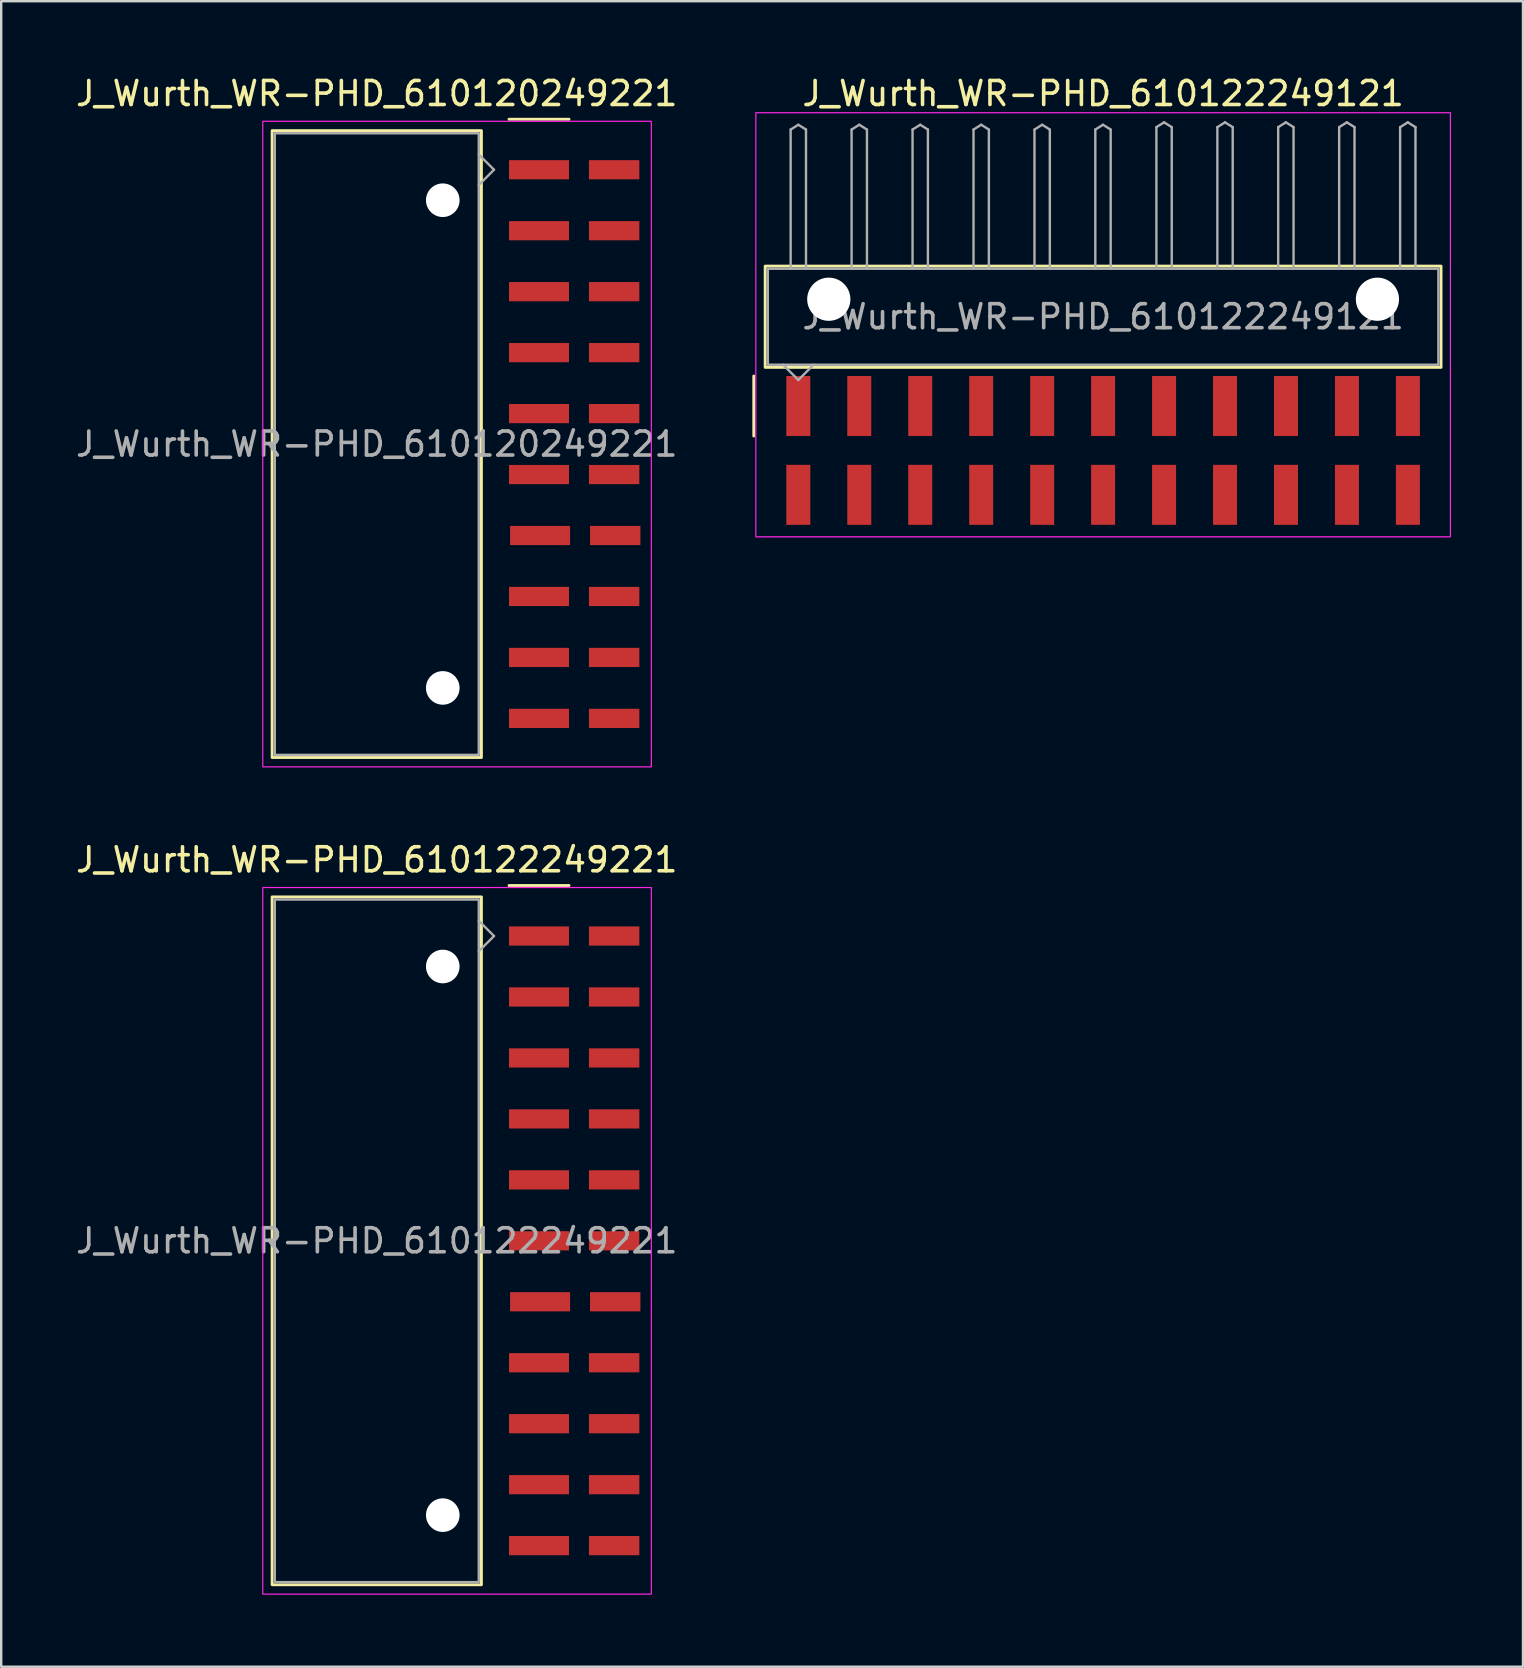
<source format=kicad_pcb>
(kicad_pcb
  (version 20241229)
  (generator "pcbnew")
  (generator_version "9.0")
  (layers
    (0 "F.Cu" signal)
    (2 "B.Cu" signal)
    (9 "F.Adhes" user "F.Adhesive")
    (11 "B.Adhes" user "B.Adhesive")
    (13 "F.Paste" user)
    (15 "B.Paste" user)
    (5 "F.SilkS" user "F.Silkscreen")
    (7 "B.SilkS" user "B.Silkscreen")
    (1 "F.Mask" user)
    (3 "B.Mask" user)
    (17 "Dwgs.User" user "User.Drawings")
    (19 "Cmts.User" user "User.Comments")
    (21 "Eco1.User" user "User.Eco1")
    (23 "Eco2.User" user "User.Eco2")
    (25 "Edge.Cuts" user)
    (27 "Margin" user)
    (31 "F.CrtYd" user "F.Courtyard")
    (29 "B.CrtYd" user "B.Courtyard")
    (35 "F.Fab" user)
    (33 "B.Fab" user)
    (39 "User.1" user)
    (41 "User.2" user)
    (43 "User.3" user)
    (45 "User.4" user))
  (footprint "J_Wurth_WR-PHD_610120249221"
    (layer "F.Cu")
    (at 12.649 15.453)
    (property "Reference" "J_Wurth_WR-PHD_610120249221" (at 0 -14.605 0) (unlocked yes) (layer "F.SilkS") (effects (font (size 1 1) (thickness 0.15))))
    (attr smd)
    (fp_line (start 8.01 -13.535) (end 5.51 -13.535) (stroke (width 0.12) (type solid)) (layer "F.SilkS"))
    (fp_rect (start -4.36 -13.06) (end 4.36 13.06) (stroke (width 0.12) (type solid)) (fill no) (layer "F.SilkS"))
    (fp_rect (start -4.75 -13.45) (end 11.44 13.45) (stroke (width 0.05) (type solid)) (fill no) (layer "F.CrtYd"))
    (fp_line (start 4.25 -12.065) (end 4.885 -11.43) (stroke (width 0.1) (type default)) (layer "F.Fab"))
    (fp_line (start 4.885 -11.43) (end 4.25 -10.795) (stroke (width 0.1) (type default)) (layer "F.Fab"))
    (fp_rect (start -4.25 -12.95) (end 4.25 12.95) (stroke (width 0.1) (type solid)) (fill no) (layer "F.Fab"))
    (fp_text user "${REFERENCE}" (at 0 0 0) (unlocked yes) (layer "F.Fab") (effects (font (size 1 1) (thickness 0.15))))
    (pad "" np_thru_hole circle (at 2.75 -10.16 270) (size 1.4 1.4) (drill 1.4) (layers "*.Cu" "*.Mask"))
    (pad "" np_thru_hole circle (at 2.75 10.16 270) (size 1.4 1.4) (drill 1.4) (layers "*.Cu" "*.Mask"))
    (pad "1" smd rect (at 6.76 -11.43 270) (size 0.8 2.5) (layers "F.Cu" "F.Mask" "F.Paste"))
    (pad "2" smd rect (at 9.89 -11.43 270) (size 0.8 2.1) (layers "F.Cu" "F.Mask" "F.Paste"))
    (pad "3" smd rect (at 6.76 -8.89 270) (size 0.8 2.5) (layers "F.Cu" "F.Mask" "F.Paste"))
    (pad "4" smd rect (at 9.89 -8.89 270) (size 0.8 2.1) (layers "F.Cu" "F.Mask" "F.Paste"))
    (pad "5" smd rect (at 6.76 -6.35 270) (size 0.8 2.5) (layers "F.Cu" "F.Mask" "F.Paste"))
    (pad "6" smd rect (at 9.89 -6.35 270) (size 0.8 2.1) (layers "F.Cu" "F.Mask" "F.Paste"))
    (pad "7" smd rect (at 6.76 -3.81 270) (size 0.8 2.5) (layers "F.Cu" "F.Mask" "F.Paste"))
    (pad "8" smd rect (at 9.89 -3.81 270) (size 0.8 2.1) (layers "F.Cu" "F.Mask" "F.Paste"))
    (pad "9" smd rect (at 6.76 -1.27 270) (size 0.8 2.5) (layers "F.Cu" "F.Mask" "F.Paste"))
    (pad "10" smd rect (at 9.89 -1.27 270) (size 0.8 2.1) (layers "F.Cu" "F.Mask" "F.Paste"))
    (pad "11" smd rect (at 6.76 1.27 270) (size 0.8 2.5) (layers "F.Cu" "F.Mask" "F.Paste"))
    (pad "12" smd rect (at 9.89 1.27 270) (size 0.8 2.1) (layers "F.Cu" "F.Mask" "F.Paste"))
    (pad "13" smd rect (at 6.805 3.81 270) (size 0.8 2.5) (layers "F.Cu" "F.Mask" "F.Paste"))
    (pad "14" smd rect (at 9.935 3.81 270) (size 0.8 2.1) (layers "F.Cu" "F.Mask" "F.Paste"))
    (pad "15" smd rect (at 6.76 6.35 270) (size 0.8 2.5) (layers "F.Cu" "F.Mask" "F.Paste"))
    (pad "16" smd rect (at 9.89 6.35 270) (size 0.8 2.1) (layers "F.Cu" "F.Mask" "F.Paste"))
    (pad "17" smd rect (at 6.76 8.89 270) (size 0.8 2.5) (layers "F.Cu" "F.Mask" "F.Paste"))
    (pad "18" smd rect (at 9.89 8.89 270) (size 0.8 2.1) (layers "F.Cu" "F.Mask" "F.Paste"))
    (pad "19" smd rect (at 6.76 11.43 270) (size 0.8 2.5) (layers "F.Cu" "F.Mask" "F.Paste"))
    (pad "20" smd rect (at 9.89 11.43 270) (size 0.8 2.1) (layers "F.Cu" "F.Mask" "F.Paste")))
  (footprint "J_Wurth_WR-PHD_610122249121"
    (layer "F.Cu")
    (at 42.913 10.148)
    (property "Reference" "J_Wurth_WR-PHD_610122249121" (at 0 -9.3 0) (unlocked yes) (layer "F.SilkS") (effects (font (size 1 1) (thickness 0.15))))
    (attr smd)
    (fp_line (start -14.555 2.47) (end -14.555 4.97) (stroke (width 0.12) (type solid)) (layer "F.SilkS"))
    (fp_rect (start -14.08 -2.11) (end 14.08 2.11) (stroke (width 0.12) (type solid)) (fill no) (layer "F.SilkS"))
    (fp_rect (start -14.47 -8.5) (end 14.47 9.17) (stroke (width 0.05) (type solid)) (fill no) (layer "F.CrtYd"))
    (fp_line (start -13.02 -7.8) (end -13.02 -2) (stroke (width 0.1) (type solid)) (layer "F.Fab"))
    (fp_line (start -12.7 -8) (end -13.02 -7.8) (stroke (width 0.1) (type solid)) (layer "F.Fab"))
    (fp_line (start -12.7 2.635) (end -13.335 2) (stroke (width 0.1) (type default)) (layer "F.Fab"))
    (fp_line (start -12.38 -7.8) (end -12.7 -8) (stroke (width 0.1) (type solid)) (layer "F.Fab"))
    (fp_line (start -12.38 -2) (end -12.38 -7.8) (stroke (width 0.1) (type solid)) (layer "F.Fab"))
    (fp_line (start -12.065 2) (end -12.7 2.635) (stroke (width 0.1) (type default)) (layer "F.Fab"))
    (fp_line (start -10.48 -7.8) (end -10.48 -2) (stroke (width 0.1) (type solid)) (layer "F.Fab"))
    (fp_line (start -10.16 -8) (end -10.48 -7.8) (stroke (width 0.1) (type solid)) (layer "F.Fab"))
    (fp_line (start -9.84 -7.8) (end -10.16 -8) (stroke (width 0.1) (type solid)) (layer "F.Fab"))
    (fp_line (start -9.84 -2) (end -9.84 -7.8) (stroke (width 0.1) (type solid)) (layer "F.Fab"))
    (fp_line (start -7.94 -7.8) (end -7.94 -2) (stroke (width 0.1) (type solid)) (layer "F.Fab"))
    (fp_line (start -7.62 -8) (end -7.94 -7.8) (stroke (width 0.1) (type solid)) (layer "F.Fab"))
    (fp_line (start -7.3 -7.8) (end -7.62 -8) (stroke (width 0.1) (type solid)) (layer "F.Fab"))
    (fp_line (start -7.3 -2) (end -7.3 -7.8) (stroke (width 0.1) (type solid)) (layer "F.Fab"))
    (fp_line (start -5.4 -7.8) (end -5.4 -2) (stroke (width 0.1) (type solid)) (layer "F.Fab"))
    (fp_line (start -5.08 -8) (end -5.4 -7.8) (stroke (width 0.1) (type solid)) (layer "F.Fab"))
    (fp_line (start -4.76 -7.8) (end -5.08 -8) (stroke (width 0.1) (type solid)) (layer "F.Fab"))
    (fp_line (start -4.76 -2) (end -4.76 -7.8) (stroke (width 0.1) (type solid)) (layer "F.Fab"))
    (fp_line (start -2.86 -7.8) (end -2.86 -2) (stroke (width 0.1) (type solid)) (layer "F.Fab"))
    (fp_line (start -2.54 -8) (end -2.86 -7.8) (stroke (width 0.1) (type solid)) (layer "F.Fab"))
    (fp_line (start -2.22 -7.8) (end -2.54 -8) (stroke (width 0.1) (type solid)) (layer "F.Fab"))
    (fp_line (start -2.22 -2) (end -2.22 -7.8) (stroke (width 0.1) (type solid)) (layer "F.Fab"))
    (fp_line (start -0.325 -7.8) (end -0.325 -2) (stroke (width 0.1) (type solid)) (layer "F.Fab"))
    (fp_line (start -0.005 -8) (end -0.325 -7.8) (stroke (width 0.1) (type solid)) (layer "F.Fab"))
    (fp_line (start 0.315 -7.8) (end -0.005 -8) (stroke (width 0.1) (type solid)) (layer "F.Fab"))
    (fp_line (start 0.315 -2) (end 0.315 -7.8) (stroke (width 0.1) (type solid)) (layer "F.Fab"))
    (fp_line (start 2.22 -7.9) (end 2.22 -2.1) (stroke (width 0.1) (type solid)) (layer "F.Fab"))
    (fp_line (start 2.54 -8.1) (end 2.22 -7.9) (stroke (width 0.1) (type solid)) (layer "F.Fab"))
    (fp_line (start 2.86 -7.9) (end 2.54 -8.1) (stroke (width 0.1) (type solid)) (layer "F.Fab"))
    (fp_line (start 2.86 -2.1) (end 2.86 -7.9) (stroke (width 0.1) (type solid)) (layer "F.Fab"))
    (fp_line (start 4.76 -7.9) (end 4.76 -2.1) (stroke (width 0.1) (type solid)) (layer "F.Fab"))
    (fp_line (start 5.08 -8.1) (end 4.76 -7.9) (stroke (width 0.1) (type solid)) (layer "F.Fab"))
    (fp_line (start 5.4 -7.9) (end 5.08 -8.1) (stroke (width 0.1) (type solid)) (layer "F.Fab"))
    (fp_line (start 5.4 -2.1) (end 5.4 -7.9) (stroke (width 0.1) (type solid)) (layer "F.Fab"))
    (fp_line (start 7.295 -7.9) (end 7.295 -2.1) (stroke (width 0.1) (type solid)) (layer "F.Fab"))
    (fp_line (start 7.615 -8.1) (end 7.295 -7.9) (stroke (width 0.1) (type solid)) (layer "F.Fab"))
    (fp_line (start 7.935 -7.9) (end 7.615 -8.1) (stroke (width 0.1) (type solid)) (layer "F.Fab"))
    (fp_line (start 7.935 -2.1) (end 7.935 -7.9) (stroke (width 0.1) (type solid)) (layer "F.Fab"))
    (fp_line (start 9.835 -7.9) (end 9.835 -2.1) (stroke (width 0.1) (type solid)) (layer "F.Fab"))
    (fp_line (start 10.155 -8.1) (end 9.835 -7.9) (stroke (width 0.1) (type solid)) (layer "F.Fab"))
    (fp_line (start 10.475 -7.9) (end 10.155 -8.1) (stroke (width 0.1) (type solid)) (layer "F.Fab"))
    (fp_line (start 10.475 -2.1) (end 10.475 -7.9) (stroke (width 0.1) (type solid)) (layer "F.Fab"))
    (fp_line (start 12.375 -7.9) (end 12.375 -2.1) (stroke (width 0.1) (type solid)) (layer "F.Fab"))
    (fp_line (start 12.695 -8.1) (end 12.375 -7.9) (stroke (width 0.1) (type solid)) (layer "F.Fab"))
    (fp_line (start 13.015 -7.9) (end 12.695 -8.1) (stroke (width 0.1) (type solid)) (layer "F.Fab"))
    (fp_line (start 13.015 -2.1) (end 13.015 -7.9) (stroke (width 0.1) (type solid)) (layer "F.Fab"))
    (fp_rect (start -13.97 -2) (end 13.97 2) (stroke (width 0.1) (type solid)) (fill no) (layer "F.Fab"))
    (fp_text user "${REFERENCE}" (at 0 0 0) (unlocked yes) (layer "F.Fab") (effects (font (size 1 1) (thickness 0.15))))
    (pad "" np_thru_hole circle (at -11.43 -0.73) (size 1.8 1.8) (drill 1.8) (layers "*.Cu" "*.Mask"))
    (pad "" np_thru_hole circle (at 11.43 -0.73) (size 1.8 1.8) (drill 1.8) (layers "*.Cu" "*.Mask"))
    (pad "1" smd rect (at -12.7 3.72 180) (size 1 2.5) (layers "F.Cu" "F.Mask" "F.Paste"))
    (pad "2" smd rect (at -12.7 7.42 180) (size 1 2.5) (layers "F.Cu" "F.Mask" "F.Paste"))
    (pad "3" smd rect (at -10.16 3.72 180) (size 1 2.5) (layers "F.Cu" "F.Mask" "F.Paste"))
    (pad "4" smd rect (at -10.16 7.42 180) (size 1 2.5) (layers "F.Cu" "F.Mask" "F.Paste"))
    (pad "5" smd rect (at -7.62 3.72 180) (size 1 2.5) (layers "F.Cu" "F.Mask" "F.Paste"))
    (pad "6" smd rect (at -7.62 7.42 180) (size 1 2.5) (layers "F.Cu" "F.Mask" "F.Paste"))
    (pad "7" smd rect (at -5.08 3.72 180) (size 1 2.5) (layers "F.Cu" "F.Mask" "F.Paste"))
    (pad "8" smd rect (at -5.08 7.42 180) (size 1 2.5) (layers "F.Cu" "F.Mask" "F.Paste"))
    (pad "9" smd rect (at -2.54 3.72 180) (size 1 2.5) (layers "F.Cu" "F.Mask" "F.Paste"))
    (pad "10" smd rect (at -2.54 7.42 180) (size 1 2.5) (layers "F.Cu" "F.Mask" "F.Paste"))
    (pad "11" smd rect (at 0 3.72 180) (size 1 2.5) (layers "F.Cu" "F.Mask" "F.Paste"))
    (pad "12" smd rect (at 0 7.42 180) (size 1 2.5) (layers "F.Cu" "F.Mask" "F.Paste"))
    (pad "13" smd rect (at 2.54 3.72 180) (size 1 2.5) (layers "F.Cu" "F.Mask" "F.Paste"))
    (pad "14" smd rect (at 2.54 7.42 180) (size 1 2.5) (layers "F.Cu" "F.Mask" "F.Paste"))
    (pad "15" smd rect (at 5.08 3.72 180) (size 1 2.5) (layers "F.Cu" "F.Mask" "F.Paste"))
    (pad "16" smd rect (at 5.08 7.42 180) (size 1 2.5) (layers "F.Cu" "F.Mask" "F.Paste"))
    (pad "17" smd rect (at 7.62 3.72 180) (size 1 2.5) (layers "F.Cu" "F.Mask" "F.Paste"))
    (pad "18" smd rect (at 7.62 7.42 180) (size 1 2.5) (layers "F.Cu" "F.Mask" "F.Paste"))
    (pad "19" smd rect (at 10.16 3.72 180) (size 1 2.5) (layers "F.Cu" "F.Mask" "F.Paste"))
    (pad "20" smd rect (at 10.16 7.42 180) (size 1 2.5) (layers "F.Cu" "F.Mask" "F.Paste"))
    (pad "21" smd rect (at 12.7 3.72 180) (size 1 2.5) (layers "F.Cu" "F.Mask" "F.Paste"))
    (pad "22" smd rect (at 12.7 7.42 180) (size 1 2.5) (layers "F.Cu" "F.Mask" "F.Paste")))
  (footprint "J_Wurth_WR-PHD_610122249221"
    (layer "F.Cu")
    (at 12.649 48.651)
    (property "Reference" "J_Wurth_WR-PHD_610122249221" (at 0 -15.875 0) (unlocked yes) (layer "F.SilkS") (effects (font (size 1 1) (thickness 0.15))))
    (attr smd)
    (fp_line (start 8.01 -14.805) (end 5.51 -14.805) (stroke (width 0.12) (type solid)) (layer "F.SilkS"))
    (fp_rect (start -4.36 -14.33) (end 4.36 14.33) (stroke (width 0.12) (type solid)) (fill no) (layer "F.SilkS"))
    (fp_rect (start -4.75 -14.72) (end 11.44 14.72) (stroke (width 0.05) (type solid)) (fill no) (layer "F.CrtYd"))
    (fp_line (start 4.25 -13.335) (end 4.885 -12.7) (stroke (width 0.1) (type default)) (layer "F.Fab"))
    (fp_line (start 4.885 -12.7) (end 4.25 -12.065) (stroke (width 0.1) (type default)) (layer "F.Fab"))
    (fp_rect (start -4.25 -14.22) (end 4.25 14.22) (stroke (width 0.1) (type solid)) (fill no) (layer "F.Fab"))
    (fp_text user "${REFERENCE}" (at 0 0 0) (unlocked yes) (layer "F.Fab") (effects (font (size 1 1) (thickness 0.15))))
    (pad "" np_thru_hole circle (at 2.75 -11.43 270) (size 1.4 1.4) (drill 1.4) (layers "*.Cu" "*.Mask"))
    (pad "" np_thru_hole circle (at 2.75 11.43 270) (size 1.4 1.4) (drill 1.4) (layers "*.Cu" "*.Mask"))
    (pad "1" smd rect (at 6.76 -12.7 270) (size 0.8 2.5) (layers "F.Cu" "F.Mask" "F.Paste"))
    (pad "2" smd rect (at 9.89 -12.7 270) (size 0.8 2.1) (layers "F.Cu" "F.Mask" "F.Paste"))
    (pad "3" smd rect (at 6.76 -10.16 270) (size 0.8 2.5) (layers "F.Cu" "F.Mask" "F.Paste"))
    (pad "4" smd rect (at 9.89 -10.16 270) (size 0.8 2.1) (layers "F.Cu" "F.Mask" "F.Paste"))
    (pad "5" smd rect (at 6.76 -7.62 270) (size 0.8 2.5) (layers "F.Cu" "F.Mask" "F.Paste"))
    (pad "6" smd rect (at 9.89 -7.62 270) (size 0.8 2.1) (layers "F.Cu" "F.Mask" "F.Paste"))
    (pad "7" smd rect (at 6.76 -5.08 270) (size 0.8 2.5) (layers "F.Cu" "F.Mask" "F.Paste"))
    (pad "8" smd rect (at 9.89 -5.08 270) (size 0.8 2.1) (layers "F.Cu" "F.Mask" "F.Paste"))
    (pad "9" smd rect (at 6.76 -2.54 270) (size 0.8 2.5) (layers "F.Cu" "F.Mask" "F.Paste"))
    (pad "10" smd rect (at 9.89 -2.54 270) (size 0.8 2.1) (layers "F.Cu" "F.Mask" "F.Paste"))
    (pad "11" smd rect (at 6.76 0 270) (size 0.8 2.5) (layers "F.Cu" "F.Mask" "F.Paste"))
    (pad "12" smd rect (at 9.89 0 270) (size 0.8 2.1) (layers "F.Cu" "F.Mask" "F.Paste"))
    (pad "13" smd rect (at 6.805 2.54 270) (size 0.8 2.5) (layers "F.Cu" "F.Mask" "F.Paste"))
    (pad "14" smd rect (at 9.935 2.54 270) (size 0.8 2.1) (layers "F.Cu" "F.Mask" "F.Paste"))
    (pad "15" smd rect (at 6.76 5.08 270) (size 0.8 2.5) (layers "F.Cu" "F.Mask" "F.Paste"))
    (pad "16" smd rect (at 9.89 5.08 270) (size 0.8 2.1) (layers "F.Cu" "F.Mask" "F.Paste"))
    (pad "17" smd rect (at 6.76 7.62 270) (size 0.8 2.5) (layers "F.Cu" "F.Mask" "F.Paste"))
    (pad "18" smd rect (at 9.89 7.62 270) (size 0.8 2.1) (layers "F.Cu" "F.Mask" "F.Paste"))
    (pad "19" smd rect (at 6.76 10.16 270) (size 0.8 2.5) (layers "F.Cu" "F.Mask" "F.Paste"))
    (pad "20" smd rect (at 9.89 10.16 270) (size 0.8 2.1) (layers "F.Cu" "F.Mask" "F.Paste"))
    (pad "21" smd rect (at 6.76 12.7 270) (size 0.8 2.5) (layers "F.Cu" "F.Mask" "F.Paste"))
    (pad "22" smd rect (at 9.89 12.7 270) (size 0.8 2.1) (layers "F.Cu" "F.Mask" "F.Paste")))
  (gr_rect
    (start -3 -3)
    (end 60.408 66.397)
    (stroke (width 0.1) (type default))
    (fill no)
    (layer "Edge.Cuts")))
</source>
